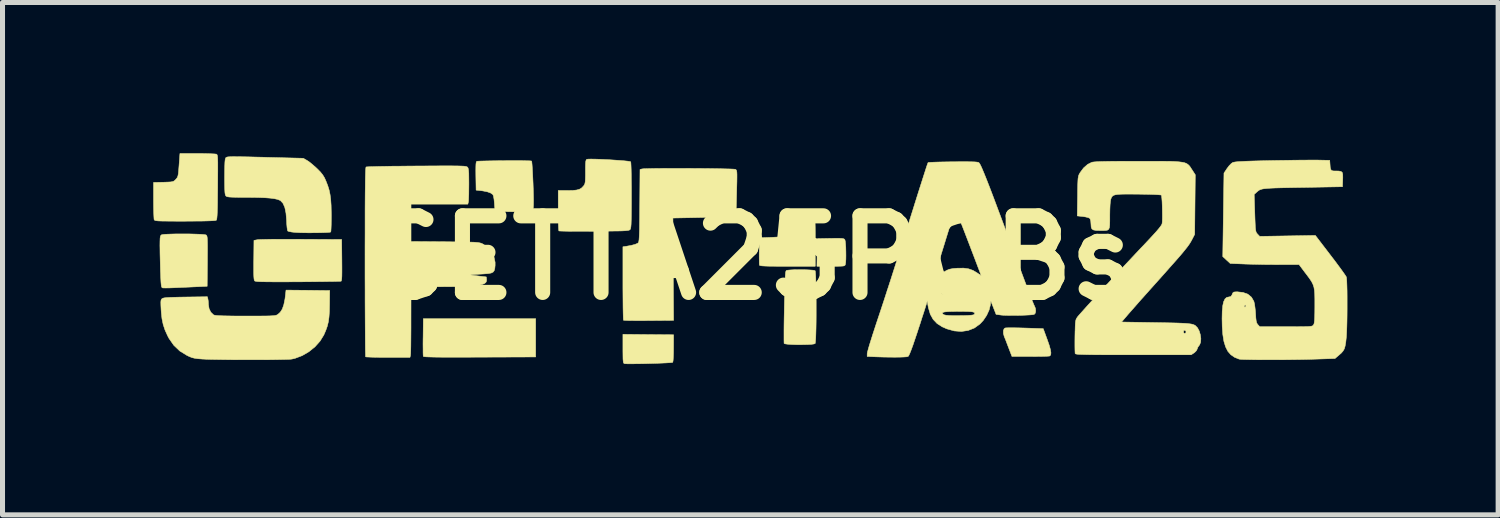
<source format=kicad_pcb>
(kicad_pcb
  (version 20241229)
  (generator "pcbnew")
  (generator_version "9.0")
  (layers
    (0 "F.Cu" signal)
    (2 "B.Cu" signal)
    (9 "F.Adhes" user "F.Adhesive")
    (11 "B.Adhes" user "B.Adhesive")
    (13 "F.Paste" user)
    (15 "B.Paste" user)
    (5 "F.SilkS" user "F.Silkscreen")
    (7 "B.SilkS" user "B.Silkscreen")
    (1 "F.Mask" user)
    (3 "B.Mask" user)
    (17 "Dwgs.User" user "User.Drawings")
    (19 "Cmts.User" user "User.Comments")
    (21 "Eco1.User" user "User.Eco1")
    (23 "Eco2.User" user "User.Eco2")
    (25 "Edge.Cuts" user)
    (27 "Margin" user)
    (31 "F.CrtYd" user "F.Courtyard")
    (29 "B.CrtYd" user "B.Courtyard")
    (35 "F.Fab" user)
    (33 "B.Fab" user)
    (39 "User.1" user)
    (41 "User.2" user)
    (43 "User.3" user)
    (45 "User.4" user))
  (footprint "GETTA25PCBs"
    (layer "F.Cu")
    (at 11.884 2.079)
    (property "Reference" "GETTA25PCBs" (at 0 0 0) (layer "F.SilkS") (effects (font (size 1.524 1.524) (thickness 0.3))))
    (attr through_hole)
    (fp_poly (pts (xy -4.276 1.973) (xy -5.39 1.977) (xy -5.619 1.978) (xy -5.816 1.978) (xy -5.984 1.978) (xy -6.124 1.978) (xy -6.239 1.977) (xy -6.33 1.975) (xy -6.401 1.973) (xy -6.452 1.971) (xy -6.486 1.968) (xy -6.505 1.964) (xy -6.512 1.96) (xy -6.514 1.937) (xy -6.516 1.886) (xy -6.516 1.811) (xy -6.517 1.718) (xy -6.516 1.613) (xy -6.515 1.574) (xy -6.511 1.211) (xy -4.276 1.211) (xy -4.276 1.973)) (stroke (width 0.01) (type solid)) (fill yes) (layer "F.SilkS"))
    (fp_poly (pts (xy 1.765 -0.387) (xy 1.815 -0.385) (xy 1.846 -0.38) (xy 1.865 -0.372) (xy 1.875 -0.361) (xy 1.883 -0.334) (xy 1.889 -0.281) (xy 1.894 -0.21) (xy 1.896 -0.13) (xy 1.897 -0.047) (xy 1.896 0.029) (xy 1.892 0.092) (xy 1.886 0.131) (xy 1.881 0.145) (xy 1.872 0.155) (xy 1.854 0.162) (xy 1.821 0.166) (xy 1.769 0.168) (xy 1.693 0.169) (xy 1.598 0.169) (xy 1.32 0.169) (xy 1.325 -0.106) (xy 1.329 -0.381) (xy 1.592 -0.386) (xy 1.693 -0.387) (xy 1.765 -0.387)) (stroke (width 0.01) (type solid)) (fill yes) (layer "F.SilkS"))
    (fp_poly (pts (xy -2.036 1.528) (xy -1.532 1.532) (xy -1.533 1.799) (xy -1.534 1.896) (xy -1.537 1.978) (xy -1.541 2.039) (xy -1.547 2.074) (xy -1.55 2.08) (xy -1.57 2.084) (xy -1.619 2.088) (xy -1.691 2.092) (xy -1.78 2.096) (xy -1.883 2.1) (xy -1.992 2.103) (xy -2.104 2.106) (xy -2.212 2.108) (xy -2.311 2.109) (xy -2.396 2.11) (xy -2.461 2.109) (xy -2.502 2.107) (xy -2.51 2.105) (xy -2.521 2.1) (xy -2.529 2.086) (xy -2.534 2.059) (xy -2.538 2.015) (xy -2.539 1.948) (xy -2.54 1.855) (xy -2.54 1.81) (xy -2.54 1.523) (xy -2.036 1.528)) (stroke (width 0.01) (type solid)) (fill yes) (layer "F.SilkS"))
    (fp_poly (pts (xy 5.223 1.393) (xy 5.318 1.394) (xy 5.425 1.397) (xy 5.461 1.398) (xy 5.823 1.41) (xy 5.9 1.621) (xy 5.941 1.738) (xy 5.966 1.827) (xy 5.976 1.891) (xy 5.971 1.932) (xy 5.953 1.953) (xy 5.951 1.954) (xy 5.926 1.957) (xy 5.874 1.96) (xy 5.798 1.962) (xy 5.704 1.963) (xy 5.598 1.964) (xy 5.562 1.964) (xy 5.201 1.964) (xy 5.131 1.782) (xy 5.102 1.706) (xy 5.076 1.637) (xy 5.055 1.586) (xy 5.045 1.561) (xy 5.03 1.503) (xy 5.03 1.449) (xy 5.046 1.41) (xy 5.064 1.397) (xy 5.091 1.394) (xy 5.146 1.393) (xy 5.223 1.393)) (stroke (width 0.01) (type solid)) (fill yes) (layer "F.SilkS"))
    (fp_poly (pts (xy -9.099 -0.369) (xy -8.943 -0.368) (xy -8.136 -0.364) (xy -8.132 0.047) (xy -8.131 0.182) (xy -8.131 0.286) (xy -8.132 0.363) (xy -8.135 0.416) (xy -8.14 0.449) (xy -8.146 0.464) (xy -8.149 0.466) (xy -8.17 0.467) (xy -8.221 0.469) (xy -8.299 0.471) (xy -8.402 0.472) (xy -8.524 0.474) (xy -8.664 0.475) (xy -8.818 0.477) (xy -8.983 0.478) (xy -9.007 0.478) (xy -9.203 0.479) (xy -9.368 0.479) (xy -9.504 0.479) (xy -9.614 0.478) (xy -9.701 0.477) (xy -9.766 0.475) (xy -9.813 0.472) (xy -9.844 0.468) (xy -9.862 0.463) (xy -9.867 0.46) (xy -9.875 0.445) (xy -9.88 0.417) (xy -9.884 0.37) (xy -9.886 0.302) (xy -9.886 0.208) (xy -9.886 0.085) (xy -9.885 0.046) (xy -9.881 -0.346) (xy -9.815 -0.359) (xy -9.785 -0.362) (xy -9.725 -0.364) (xy -9.638 -0.366) (xy -9.529 -0.368) (xy -9.4 -0.369) (xy -9.255 -0.369) (xy -9.099 -0.369)) (stroke (width 0.01) (type solid)) (fill yes) (layer "F.SilkS"))
    (fp_poly (pts (xy 1.152 -0.879) (xy 1.201 -0.876) (xy 1.232 -0.871) (xy 1.251 -0.862) (xy 1.259 -0.855) (xy 1.267 -0.844) (xy 1.274 -0.825) (xy 1.278 -0.796) (xy 1.282 -0.752) (xy 1.284 -0.69) (xy 1.286 -0.606) (xy 1.287 -0.496) (xy 1.287 -0.357) (xy 1.287 -0.329) (xy 1.287 0.169) (xy 0.736 0.169) (xy 0.578 0.169) (xy 0.452 0.168) (xy 0.353 0.167) (xy 0.279 0.164) (xy 0.228 0.161) (xy 0.196 0.156) (xy 0.18 0.151) (xy 0.177 0.147) (xy 0.174 0.124) (xy 0.173 0.072) (xy 0.172 0.000084) (xy 0.172 -0.087) (xy 0.173 -0.136) (xy 0.178 -0.398) (xy 0.41 -0.406) (xy 0.523 -0.412) (xy 0.604 -0.42) (xy 0.651 -0.43) (xy 0.663 -0.436) (xy 0.674 -0.464) (xy 0.684 -0.52) (xy 0.692 -0.602) (xy 0.695 -0.652) (xy 0.7 -0.73) (xy 0.706 -0.796) (xy 0.713 -0.841) (xy 0.718 -0.859) (xy 0.739 -0.864) (xy 0.787 -0.869) (xy 0.856 -0.873) (xy 0.941 -0.876) (xy 0.981 -0.877) (xy 1.081 -0.879) (xy 1.152 -0.879)) (stroke (width 0.01) (type solid)) (fill yes) (layer "F.SilkS"))
    (fp_poly (pts (xy -11.251 -0.475) (xy -11.143 -0.474) (xy -11.044 -0.471) (xy -10.957 -0.468) (xy -10.888 -0.463) (xy -10.844 -0.457) (xy -10.832 -0.453) (xy -10.824 -0.444) (xy -10.817 -0.43) (xy -10.812 -0.406) (xy -10.809 -0.368) (xy -10.807 -0.313) (xy -10.806 -0.237) (xy -10.806 -0.137) (xy -10.807 -0.008) (xy -10.807 0.068) (xy -10.812 0.567) (xy -11.057 0.578) (xy -11.166 0.583) (xy -11.283 0.588) (xy -11.395 0.593) (xy -11.486 0.597) (xy -11.489 0.597) (xy -11.568 0.6) (xy -11.635 0.601) (xy -11.683 0.6) (xy -11.703 0.598) (xy -11.712 0.591) (xy -11.72 0.574) (xy -11.726 0.541) (xy -11.731 0.488) (xy -11.735 0.412) (xy -11.739 0.307) (xy -11.741 0.274) (xy -11.744 0.156) (xy -11.747 0.033) (xy -11.75 -0.085) (xy -11.751 -0.187) (xy -11.752 -0.241) (xy -11.751 -0.326) (xy -11.749 -0.384) (xy -11.744 -0.421) (xy -11.736 -0.442) (xy -11.724 -0.454) (xy -11.719 -0.457) (xy -11.69 -0.463) (xy -11.634 -0.468) (xy -11.557 -0.471) (xy -11.463 -0.474) (xy -11.359 -0.475) (xy -11.251 -0.475)) (stroke (width 0.01) (type solid)) (fill yes) (layer "F.SilkS"))
    (fp_poly (pts (xy 1.035 0.237) (xy 1.119 0.239) (xy 1.193 0.243) (xy 1.249 0.248) (xy 1.28 0.255) (xy 1.284 0.257) (xy 1.289 0.279) (xy 1.293 0.331) (xy 1.297 0.407) (xy 1.3 0.504) (xy 1.303 0.618) (xy 1.304 0.744) (xy 1.305 0.877) (xy 1.305 1.014) (xy 1.305 1.15) (xy 1.304 1.28) (xy 1.302 1.401) (xy 1.299 1.507) (xy 1.296 1.596) (xy 1.291 1.661) (xy 1.286 1.699) (xy 1.284 1.707) (xy 1.259 1.715) (xy 1.208 1.722) (xy 1.138 1.726) (xy 1.056 1.728) (xy 0.967 1.729) (xy 0.879 1.728) (xy 0.798 1.724) (xy 0.732 1.719) (xy 0.686 1.712) (xy 0.667 1.704) (xy 0.666 1.682) (xy 0.665 1.631) (xy 0.665 1.552) (xy 0.665 1.451) (xy 0.666 1.331) (xy 0.668 1.195) (xy 0.671 1.048) (xy 0.672 0.975) (xy 0.676 0.798) (xy 0.679 0.652) (xy 0.683 0.535) (xy 0.686 0.442) (xy 0.69 0.372) (xy 0.694 0.321) (xy 0.698 0.286) (xy 0.704 0.265) (xy 0.71 0.255) (xy 0.711 0.253) (xy 0.739 0.247) (xy 0.793 0.242) (xy 0.864 0.238) (xy 0.948 0.237) (xy 1.035 0.237)) (stroke (width 0.01) (type solid)) (fill yes) (layer "F.SilkS"))
    (fp_poly (pts (xy -4.637 -1.932) (xy -4.539 -1.932) (xy -4.457 -1.93) (xy -4.397 -1.929) (xy -4.363 -1.926) (xy -4.358 -1.925) (xy -4.353 -1.905) (xy -4.348 -1.856) (xy -4.343 -1.784) (xy -4.338 -1.695) (xy -4.333 -1.592) (xy -4.328 -1.482) (xy -4.324 -1.37) (xy -4.321 -1.261) (xy -4.319 -1.16) (xy -4.319 -1.132) (xy -4.32 -1.049) (xy -4.324 -0.994) (xy -4.333 -0.959) (xy -4.345 -0.941) (xy -4.359 -0.931) (xy -4.383 -0.925) (xy -4.421 -0.92) (xy -4.479 -0.917) (xy -4.56 -0.916) (xy -4.67 -0.916) (xy -4.688 -0.916) (xy -4.79 -0.917) (xy -4.884 -0.919) (xy -4.962 -0.922) (xy -5.018 -0.926) (xy -5.046 -0.929) (xy -5.067 -0.937) (xy -5.08 -0.952) (xy -5.088 -0.98) (xy -5.093 -1.029) (xy -5.097 -1.086) (xy -5.104 -1.161) (xy -5.114 -1.22) (xy -5.126 -1.255) (xy -5.128 -1.258) (xy -5.17 -1.288) (xy -5.239 -1.313) (xy -5.329 -1.331) (xy -5.368 -1.336) (xy -5.461 -1.346) (xy -5.466 -1.628) (xy -5.467 -1.735) (xy -5.466 -1.813) (xy -5.464 -1.866) (xy -5.459 -1.898) (xy -5.452 -1.915) (xy -5.447 -1.919) (xy -5.423 -1.922) (xy -5.371 -1.924) (xy -5.296 -1.926) (xy -5.203 -1.928) (xy -5.096 -1.93) (xy -4.981 -1.931) (xy -4.863 -1.932) (xy -4.747 -1.932) (xy -4.637 -1.932)) (stroke (width 0.01) (type solid)) (fill yes) (layer "F.SilkS"))
    (fp_poly (pts (xy -10.9 -2.074) (xy -10.803 -2.072) (xy -10.723 -2.069) (xy -10.663 -2.066) (xy -10.631 -2.062) (xy -10.628 -2.062) (xy -10.621 -2.057) (xy -10.614 -2.048) (xy -10.609 -2.031) (xy -10.605 -2.003) (xy -10.603 -1.961) (xy -10.601 -1.902) (xy -10.601 -1.822) (xy -10.601 -1.718) (xy -10.602 -1.588) (xy -10.603 -1.427) (xy -10.603 -1.405) (xy -10.605 -1.237) (xy -10.606 -1.1) (xy -10.608 -0.991) (xy -10.611 -0.907) (xy -10.614 -0.843) (xy -10.618 -0.799) (xy -10.622 -0.769) (xy -10.628 -0.752) (xy -10.634 -0.745) (xy -10.657 -0.741) (xy -10.711 -0.737) (xy -10.791 -0.734) (xy -10.896 -0.731) (xy -11.021 -0.73) (xy -11.163 -0.729) (xy -11.257 -0.728) (xy -11.416 -0.728) (xy -11.544 -0.729) (xy -11.644 -0.73) (xy -11.721 -0.731) (xy -11.778 -0.733) (xy -11.817 -0.737) (xy -11.842 -0.741) (xy -11.857 -0.747) (xy -11.864 -0.754) (xy -11.867 -0.758) (xy -11.87 -0.783) (xy -11.873 -0.837) (xy -11.876 -0.913) (xy -11.878 -1.007) (xy -11.879 -1.113) (xy -11.879 -1.143) (xy -11.879 -1.499) (xy -11.682 -1.503) (xy -11.598 -1.506) (xy -11.54 -1.509) (xy -11.502 -1.515) (xy -11.476 -1.525) (xy -11.455 -1.541) (xy -11.437 -1.559) (xy -11.417 -1.582) (xy -11.403 -1.604) (xy -11.393 -1.634) (xy -11.385 -1.677) (xy -11.379 -1.74) (xy -11.372 -1.829) (xy -11.371 -1.842) (xy -11.354 -2.074) (xy -11.007 -2.074) (xy -10.9 -2.074)) (stroke (width 0.01) (type solid)) (fill yes) (layer "F.SilkS"))
    (fp_poly (pts (xy -3.098 -1.963) (xy -3.007 -1.96) (xy -2.905 -1.955) (xy -2.799 -1.95) (xy -2.695 -1.943) (xy -2.597 -1.936) (xy -2.511 -1.929) (xy -2.444 -1.922) (xy -2.4 -1.915) (xy -2.385 -1.909) (xy -2.382 -1.888) (xy -2.379 -1.837) (xy -2.376 -1.76) (xy -2.374 -1.66) (xy -2.373 -1.541) (xy -2.371 -1.408) (xy -2.371 -1.265) (xy -2.371 -1.244) (xy -2.371 -1.073) (xy -2.372 -0.934) (xy -2.373 -0.822) (xy -2.375 -0.735) (xy -2.377 -0.67) (xy -2.381 -0.623) (xy -2.386 -0.591) (xy -2.391 -0.572) (xy -2.395 -0.566) (xy -2.402 -0.558) (xy -2.413 -0.551) (xy -2.43 -0.546) (xy -2.458 -0.542) (xy -2.499 -0.538) (xy -2.555 -0.535) (xy -2.632 -0.533) (xy -2.73 -0.532) (xy -2.855 -0.53) (xy -3.008 -0.529) (xy -3.11 -0.528) (xy -3.26 -0.527) (xy -3.4 -0.527) (xy -3.525 -0.527) (xy -3.632 -0.528) (xy -3.718 -0.53) (xy -3.779 -0.532) (xy -3.811 -0.534) (xy -3.814 -0.535) (xy -3.818 -0.555) (xy -3.821 -0.604) (xy -3.824 -0.676) (xy -3.826 -0.768) (xy -3.827 -0.875) (xy -3.827 -0.943) (xy -3.827 -1.338) (xy -3.64 -1.338) (xy -3.537 -1.34) (xy -3.462 -1.348) (xy -3.406 -1.363) (xy -3.363 -1.388) (xy -3.327 -1.425) (xy -3.32 -1.433) (xy -3.306 -1.454) (xy -3.296 -1.479) (xy -3.29 -1.514) (xy -3.287 -1.565) (xy -3.285 -1.639) (xy -3.285 -1.713) (xy -3.285 -1.808) (xy -3.283 -1.875) (xy -3.279 -1.919) (xy -3.272 -1.944) (xy -3.263 -1.956) (xy -3.258 -1.959) (xy -3.229 -1.963) (xy -3.175 -1.964) (xy -3.098 -1.963)) (stroke (width 0.01) (type solid)) (fill yes) (layer "F.SilkS"))
    (fp_poly (pts (xy -1.329 -1.779) (xy -1.174 -1.778) (xy -1.02 -1.777) (xy -0.871 -1.776) (xy -0.732 -1.774) (xy -0.606 -1.772) (xy -0.496 -1.769) (xy -0.407 -1.767) (xy -0.343 -1.764) (xy -0.307 -1.761) (xy -0.301 -1.759) (xy -0.291 -1.753) (xy -0.283 -1.743) (xy -0.277 -1.727) (xy -0.273 -1.7) (xy -0.271 -1.659) (xy -0.271 -1.599) (xy -0.272 -1.516) (xy -0.275 -1.408) (xy -0.278 -1.281) (xy -0.281 -1.16) (xy -0.284 -1.051) (xy -0.287 -0.958) (xy -0.29 -0.885) (xy -0.292 -0.837) (xy -0.293 -0.819) (xy -0.293 -0.819) (xy -0.31 -0.818) (xy -0.357 -0.816) (xy -0.431 -0.814) (xy -0.527 -0.812) (xy -0.642 -0.809) (xy -0.772 -0.806) (xy -0.913 -0.803) (xy -0.921 -0.803) (xy -1.545 -0.791) (xy -1.539 0.227) (xy -1.532 1.245) (xy -2.025 1.249) (xy -2.151 1.25) (xy -2.265 1.25) (xy -2.365 1.249) (xy -2.444 1.248) (xy -2.5 1.245) (xy -2.527 1.243) (xy -2.528 1.242) (xy -2.531 1.223) (xy -2.533 1.174) (xy -2.535 1.098) (xy -2.537 0.999) (xy -2.538 0.88) (xy -2.539 0.745) (xy -2.54 0.597) (xy -2.54 0.506) (xy -2.54 -0.219) (xy -2.477 -0.228) (xy -2.377 -0.246) (xy -2.3 -0.266) (xy -2.248 -0.288) (xy -2.235 -0.298) (xy -2.229 -0.308) (xy -2.224 -0.327) (xy -2.219 -0.359) (xy -2.216 -0.405) (xy -2.213 -0.469) (xy -2.21 -0.553) (xy -2.209 -0.662) (xy -2.207 -0.797) (xy -2.206 -0.962) (xy -2.205 -1.04) (xy -2.2 -1.757) (xy -2.163 -1.767) (xy -2.134 -1.771) (xy -2.076 -1.773) (xy -1.993 -1.775) (xy -1.888 -1.777) (xy -1.765 -1.778) (xy -1.629 -1.779) (xy -1.482 -1.779) (xy -1.329 -1.779)) (stroke (width 0.01) (type solid)) (fill yes) (layer "F.SilkS"))
    (fp_poly (pts (xy -10.212 -2.011) (xy -10.115 -2.01) (xy -9.995 -2.008) (xy -9.846 -2.004) (xy -9.666 -2) (xy -9.66 -1.999) (xy -8.9 -1.98) (xy -8.823 -1.936) (xy -8.776 -1.904) (xy -8.716 -1.855) (xy -8.652 -1.799) (xy -8.624 -1.773) (xy -8.559 -1.707) (xy -8.514 -1.651) (xy -8.479 -1.594) (xy -8.449 -1.528) (xy -8.413 -1.436) (xy -8.386 -1.349) (xy -8.367 -1.259) (xy -8.354 -1.16) (xy -8.346 -1.044) (xy -8.343 -0.905) (xy -8.342 -0.843) (xy -8.343 -0.743) (xy -8.344 -0.654) (xy -8.347 -0.582) (xy -8.35 -0.533) (xy -8.354 -0.513) (xy -8.354 -0.513) (xy -8.375 -0.508) (xy -8.424 -0.504) (xy -8.495 -0.501) (xy -8.581 -0.499) (xy -8.677 -0.498) (xy -8.777 -0.497) (xy -8.875 -0.498) (xy -8.964 -0.5) (xy -9.038 -0.504) (xy -9.071 -0.506) (xy -9.133 -0.513) (xy -9.183 -0.523) (xy -9.209 -0.533) (xy -9.209 -0.533) (xy -9.216 -0.556) (xy -9.223 -0.605) (xy -9.229 -0.674) (xy -9.232 -0.745) (xy -9.244 -0.889) (xy -9.267 -1.001) (xy -9.303 -1.083) (xy -9.351 -1.135) (xy -9.364 -1.143) (xy -9.411 -1.162) (xy -9.475 -1.176) (xy -9.559 -1.187) (xy -9.666 -1.195) (xy -9.8 -1.2) (xy -9.963 -1.202) (xy -10.019 -1.202) (xy -10.147 -1.202) (xy -10.246 -1.204) (xy -10.319 -1.206) (xy -10.37 -1.209) (xy -10.405 -1.214) (xy -10.426 -1.221) (xy -10.438 -1.229) (xy -10.447 -1.243) (xy -10.454 -1.266) (xy -10.459 -1.303) (xy -10.462 -1.359) (xy -10.464 -1.437) (xy -10.465 -1.543) (xy -10.465 -1.607) (xy -10.464 -1.735) (xy -10.462 -1.833) (xy -10.459 -1.905) (xy -10.454 -1.953) (xy -10.446 -1.981) (xy -10.443 -1.988) (xy -10.436 -1.995) (xy -10.425 -2.001) (xy -10.408 -2.006) (xy -10.381 -2.009) (xy -10.341 -2.011) (xy -10.286 -2.012) (xy -10.212 -2.011)) (stroke (width 0.01) (type solid)) (fill yes) (layer "F.SilkS"))
    (fp_poly (pts (xy -8.808 0.647) (xy -8.374 0.652) (xy -8.377 0.927) (xy -8.38 1.066) (xy -8.388 1.179) (xy -8.401 1.275) (xy -8.422 1.361) (xy -8.452 1.445) (xy -8.491 1.536) (xy -8.493 1.539) (xy -8.567 1.659) (xy -8.667 1.771) (xy -8.788 1.869) (xy -8.922 1.947) (xy -9.062 2) (xy -9.125 2.015) (xy -9.162 2.019) (xy -9.228 2.022) (xy -9.32 2.024) (xy -9.433 2.026) (xy -9.564 2.028) (xy -9.707 2.029) (xy -9.86 2.029) (xy -10.017 2.029) (xy -10.175 2.029) (xy -10.329 2.028) (xy -10.476 2.026) (xy -10.611 2.024) (xy -10.73 2.022) (xy -10.828 2.019) (xy -10.902 2.015) (xy -10.91 2.015) (xy -10.997 2.008) (xy -11.061 1.999) (xy -11.114 1.986) (xy -11.167 1.965) (xy -11.217 1.941) (xy -11.358 1.854) (xy -11.476 1.741) (xy -11.572 1.603) (xy -11.599 1.552) (xy -11.651 1.437) (xy -11.687 1.328) (xy -11.711 1.214) (xy -11.725 1.084) (xy -11.729 1.024) (xy -11.733 0.941) (xy -11.734 0.885) (xy -11.731 0.85) (xy -11.723 0.828) (xy -11.71 0.813) (xy -11.709 0.813) (xy -11.694 0.805) (xy -11.667 0.798) (xy -11.624 0.793) (xy -11.563 0.789) (xy -11.478 0.786) (xy -11.367 0.783) (xy -11.244 0.781) (xy -10.808 0.775) (xy -10.798 0.815) (xy -10.791 0.857) (xy -10.787 0.914) (xy -10.787 0.931) (xy -10.774 1.012) (xy -10.74 1.082) (xy -10.689 1.132) (xy -10.682 1.137) (xy -10.662 1.143) (xy -10.625 1.148) (xy -10.569 1.152) (xy -10.49 1.155) (xy -10.386 1.157) (xy -10.255 1.159) (xy -10.093 1.159) (xy -10.049 1.159) (xy -9.891 1.159) (xy -9.762 1.159) (xy -9.661 1.158) (xy -9.582 1.157) (xy -9.523 1.154) (xy -9.481 1.151) (xy -9.451 1.146) (xy -9.43 1.14) (xy -9.414 1.132) (xy -9.409 1.129) (xy -9.358 1.084) (xy -9.317 1.02) (xy -9.287 0.934) (xy -9.264 0.821) (xy -9.254 0.741) (xy -9.243 0.643) (xy -8.808 0.647)) (stroke (width 0.01) (type solid)) (fill yes) (layer "F.SilkS"))
    (fp_poly (pts (xy -5.989 -1.829) (xy -5.89 -1.828) (xy -5.812 -1.827) (xy -5.752 -1.825) (xy -5.708 -1.823) (xy -5.676 -1.819) (xy -5.655 -1.815) (xy -5.642 -1.81) (xy -5.634 -1.804) (xy -5.633 -1.804) (xy -5.623 -1.79) (xy -5.616 -1.768) (xy -5.611 -1.733) (xy -5.607 -1.68) (xy -5.606 -1.604) (xy -5.605 -1.501) (xy -5.605 -1.459) (xy -5.606 -1.357) (xy -5.607 -1.264) (xy -5.61 -1.187) (xy -5.612 -1.132) (xy -5.616 -1.105) (xy -5.626 -1.067) (xy -6.756 -1.067) (xy -6.756 -0.324) (xy -6.083 -0.319) (xy -5.914 -0.317) (xy -5.775 -0.316) (xy -5.663 -0.314) (xy -5.574 -0.312) (xy -5.506 -0.31) (xy -5.454 -0.306) (xy -5.415 -0.302) (xy -5.385 -0.296) (xy -5.362 -0.29) (xy -5.341 -0.281) (xy -5.334 -0.278) (xy -5.236 -0.214) (xy -5.159 -0.128) (xy -5.107 -0.025) (xy -5.083 0.09) (xy -5.083 0.152) (xy -5.089 0.212) (xy -5.101 0.255) (xy -5.123 0.284) (xy -5.161 0.303) (xy -5.22 0.314) (xy -5.306 0.321) (xy -5.356 0.324) (xy -5.436 0.328) (xy -5.503 0.333) (xy -5.55 0.336) (xy -5.571 0.339) (xy -5.571 0.339) (xy -5.559 0.343) (xy -5.521 0.349) (xy -5.462 0.357) (xy -5.419 0.362) (xy -5.258 0.381) (xy -5.253 0.432) (xy -5.254 0.463) (xy -5.267 0.49) (xy -5.294 0.512) (xy -5.336 0.53) (xy -5.397 0.545) (xy -5.479 0.556) (xy -5.583 0.564) (xy -5.713 0.57) (xy -5.871 0.574) (xy -6.058 0.575) (xy -6.193 0.576) (xy -6.756 0.576) (xy -6.757 1.24) (xy -6.757 1.389) (xy -6.758 1.527) (xy -6.759 1.652) (xy -6.76 1.76) (xy -6.762 1.847) (xy -6.764 1.908) (xy -6.767 1.94) (xy -6.767 1.943) (xy -6.777 1.981) (xy -7.213 1.981) (xy -7.331 1.981) (xy -7.438 1.98) (xy -7.529 1.978) (xy -7.599 1.975) (xy -7.644 1.973) (xy -7.66 1.97) (xy -7.661 1.952) (xy -7.662 1.902) (xy -7.664 1.823) (xy -7.665 1.716) (xy -7.666 1.584) (xy -7.667 1.429) (xy -7.668 1.254) (xy -7.669 1.059) (xy -7.67 0.848) (xy -7.67 0.623) (xy -7.671 0.386) (xy -7.671 0.139) (xy -7.671 0.083) (xy -7.671 -0.072) (xy -5.582 -0.072) (xy -5.577 -0.036) (xy -5.57 -0.025) (xy -5.547 -0.004) (xy -5.537 0) (xy -5.517 -0.011) (xy -5.504 -0.025) (xy -5.492 -0.059) (xy -5.5 -0.095) (xy -5.526 -0.117) (xy -5.537 -0.119) (xy -5.567 -0.105) (xy -5.582 -0.072) (xy -7.671 -0.072) (xy -7.671 -0.221) (xy -7.67 -0.493) (xy -7.67 -0.734) (xy -7.67 -0.945) (xy -7.669 -1.13) (xy -7.668 -1.288) (xy -7.666 -1.422) (xy -7.665 -1.533) (xy -7.663 -1.622) (xy -7.661 -1.692) (xy -7.659 -1.744) (xy -7.656 -1.779) (xy -7.653 -1.8) (xy -7.65 -1.807) (xy -7.629 -1.809) (xy -7.578 -1.812) (xy -7.499 -1.814) (xy -7.396 -1.817) (xy -7.27 -1.819) (xy -7.127 -1.822) (xy -6.967 -1.823) (xy -6.795 -1.825) (xy -6.645 -1.826) (xy -6.437 -1.827) (xy -6.26 -1.828) (xy -6.111 -1.829) (xy -5.989 -1.829)) (stroke (width 0.01) (type solid)) (fill yes) (layer "F.SilkS"))
    (fp_poly (pts (xy 11.276 -1.944) (xy 11.289 -1.944) (xy 11.523 -1.939) (xy 11.528 -1.871) (xy 11.533 -1.801) (xy 11.543 -1.759) (xy 11.56 -1.737) (xy 11.59 -1.728) (xy 11.629 -1.727) (xy 11.702 -1.726) (xy 11.747 -1.718) (xy 11.772 -1.698) (xy 11.782 -1.659) (xy 11.783 -1.596) (xy 11.782 -1.56) (xy 11.777 -1.414) (xy 11.049 -1.401) (xy 10.853 -1.398) (xy 10.688 -1.395) (xy 10.551 -1.392) (xy 10.439 -1.389) (xy 10.348 -1.385) (xy 10.278 -1.38) (xy 10.223 -1.375) (xy 10.181 -1.368) (xy 10.15 -1.359) (xy 10.126 -1.349) (xy 10.107 -1.337) (xy 10.089 -1.323) (xy 10.081 -1.316) (xy 10.02 -1.262) (xy 10.032 -0.889) (xy 10.036 -0.768) (xy 10.04 -0.675) (xy 10.043 -0.608) (xy 10.048 -0.559) (xy 10.054 -0.527) (xy 10.062 -0.504) (xy 10.073 -0.487) (xy 10.086 -0.472) (xy 10.087 -0.471) (xy 10.13 -0.426) (xy 11.237 -0.445) (xy 11.537 -0.053) (xy 11.615 0.049) (xy 11.686 0.144) (xy 11.748 0.228) (xy 11.798 0.298) (xy 11.834 0.35) (xy 11.852 0.379) (xy 11.854 0.382) (xy 11.858 0.412) (xy 11.862 0.47) (xy 11.865 0.553) (xy 11.868 0.655) (xy 11.869 0.77) (xy 11.869 0.895) (xy 11.869 1.024) (xy 11.868 1.153) (xy 11.866 1.275) (xy 11.863 1.387) (xy 11.859 1.484) (xy 11.855 1.56) (xy 11.853 1.583) (xy 11.842 1.683) (xy 11.829 1.757) (xy 11.813 1.812) (xy 11.788 1.855) (xy 11.754 1.895) (xy 11.715 1.929) (xy 11.628 2.004) (xy 11.229 2.017) (xy 11.098 2.021) (xy 10.955 2.024) (xy 10.804 2.026) (xy 10.648 2.028) (xy 10.492 2.029) (xy 10.34 2.029) (xy 10.196 2.029) (xy 10.064 2.028) (xy 9.947 2.026) (xy 9.85 2.024) (xy 9.777 2.022) (xy 9.731 2.018) (xy 9.72 2.016) (xy 9.63 1.98) (xy 9.556 1.929) (xy 9.497 1.862) (xy 9.452 1.774) (xy 9.418 1.664) (xy 9.396 1.528) (xy 9.384 1.364) (xy 9.381 1.209) (xy 9.384 1.067) (xy 9.394 0.966) (xy 9.821 0.966) (xy 9.834 0.982) (xy 9.838 0.982) (xy 9.853 0.968) (xy 9.855 0.956) (xy 9.847 0.938) (xy 9.838 0.94) (xy 9.822 0.961) (xy 9.821 0.966) (xy 9.394 0.966) (xy 9.394 0.957) (xy 9.412 0.875) (xy 9.439 0.819) (xy 9.474 0.788) (xy 9.518 0.779) (xy 9.555 0.771) (xy 9.577 0.741) (xy 9.582 0.728) (xy 9.596 0.697) (xy 9.616 0.682) (xy 9.654 0.678) (xy 9.681 0.677) (xy 9.799 0.69) (xy 9.895 0.725) (xy 9.966 0.784) (xy 10.013 0.865) (xy 10.014 0.868) (xy 10.026 0.916) (xy 10.036 0.987) (xy 10.045 1.068) (xy 10.048 1.116) (xy 10.053 1.198) (xy 10.06 1.255) (xy 10.069 1.292) (xy 10.083 1.318) (xy 10.095 1.332) (xy 10.132 1.372) (xy 10.653 1.372) (xy 10.799 1.372) (xy 10.916 1.371) (xy 11.005 1.37) (xy 11.072 1.369) (xy 11.12 1.366) (xy 11.153 1.362) (xy 11.174 1.357) (xy 11.187 1.35) (xy 11.196 1.34) (xy 11.2 1.334) (xy 11.21 1.316) (xy 11.216 1.287) (xy 11.221 1.244) (xy 11.224 1.182) (xy 11.226 1.097) (xy 11.227 0.983) (xy 11.227 0.947) (xy 11.227 0.822) (xy 11.225 0.724) (xy 11.219 0.646) (xy 11.208 0.583) (xy 11.189 0.527) (xy 11.161 0.472) (xy 11.121 0.412) (xy 11.067 0.339) (xy 11.027 0.287) (xy 10.914 0.136) (xy 10.514 0.136) (xy 10.379 0.135) (xy 10.234 0.134) (xy 10.089 0.131) (xy 9.957 0.128) (xy 9.846 0.125) (xy 9.829 0.124) (xy 9.544 0.113) (xy 9.395 -0.024) (xy 9.407 -0.854) (xy 9.419 -1.685) (xy 9.481 -1.778) (xy 9.521 -1.831) (xy 9.563 -1.874) (xy 9.592 -1.895) (xy 9.613 -1.901) (xy 9.647 -1.907) (xy 9.698 -1.912) (xy 9.769 -1.916) (xy 9.861 -1.921) (xy 9.979 -1.925) (xy 10.124 -1.929) (xy 10.3 -1.933) (xy 10.349 -1.934) (xy 10.511 -1.937) (xy 10.672 -1.939) (xy 10.827 -1.942) (xy 10.97 -1.943) (xy 11.096 -1.944) (xy 11.2 -1.944) (xy 11.276 -1.944)) (stroke (width 0.01) (type solid)) (fill yes) (layer "F.SilkS"))
    (fp_poly (pts (xy 8.077 -1.921) (xy 8.224 -1.92) (xy 8.346 -1.919) (xy 8.445 -1.915) (xy 8.524 -1.909) (xy 8.587 -1.901) (xy 8.635 -1.891) (xy 8.673 -1.876) (xy 8.701 -1.858) (xy 8.725 -1.836) (xy 8.746 -1.81) (xy 8.766 -1.778) (xy 8.78 -1.757) (xy 8.848 -1.652) (xy 8.842 -1.059) (xy 8.836 -0.466) (xy 8.779 -0.356) (xy 8.761 -0.323) (xy 8.74 -0.288) (xy 8.714 -0.25) (xy 8.681 -0.205) (xy 8.639 -0.153) (xy 8.587 -0.089) (xy 8.522 -0.013) (xy 8.442 0.078) (xy 8.345 0.187) (xy 8.231 0.316) (xy 8.096 0.467) (xy 8.05 0.518) (xy 7.949 0.631) (xy 7.85 0.742) (xy 7.755 0.848) (xy 7.67 0.945) (xy 7.597 1.028) (xy 7.54 1.093) (xy 7.511 1.126) (xy 7.381 1.278) (xy 8.038 1.289) (xy 8.218 1.292) (xy 8.367 1.295) (xy 8.488 1.298) (xy 8.586 1.302) (xy 8.663 1.306) (xy 8.722 1.312) (xy 8.766 1.318) (xy 8.8 1.326) (xy 8.826 1.336) (xy 8.847 1.347) (xy 8.851 1.35) (xy 8.893 1.394) (xy 8.927 1.458) (xy 8.949 1.533) (xy 8.959 1.61) (xy 8.954 1.68) (xy 8.934 1.733) (xy 8.925 1.743) (xy 8.898 1.782) (xy 8.887 1.814) (xy 8.87 1.848) (xy 8.835 1.884) (xy 8.824 1.892) (xy 8.766 1.93) (xy 7.617 1.93) (xy 7.388 1.93) (xy 7.191 1.93) (xy 7.023 1.93) (xy 6.882 1.929) (xy 6.765 1.928) (xy 6.672 1.926) (xy 6.599 1.924) (xy 6.543 1.922) (xy 6.504 1.919) (xy 6.478 1.915) (xy 6.464 1.911) (xy 6.458 1.906) (xy 6.456 1.882) (xy 6.454 1.83) (xy 6.453 1.756) (xy 6.453 1.665) (xy 6.454 1.563) (xy 6.454 1.561) (xy 6.456 1.468) (xy 8.612 1.468) (xy 8.619 1.495) (xy 8.637 1.507) (xy 8.658 1.495) (xy 8.662 1.489) (xy 8.663 1.463) (xy 8.644 1.445) (xy 8.621 1.446) (xy 8.612 1.468) (xy 6.456 1.468) (xy 6.457 1.449) (xy 6.459 1.366) (xy 6.462 1.305) (xy 6.467 1.263) (xy 6.474 1.232) (xy 6.484 1.209) (xy 6.498 1.187) (xy 6.503 1.179) (xy 6.526 1.151) (xy 6.57 1.101) (xy 6.632 1.032) (xy 6.71 0.945) (xy 6.802 0.844) (xy 6.906 0.73) (xy 7.019 0.608) (xy 7.139 0.478) (xy 7.263 0.344) (xy 7.39 0.207) (xy 7.517 0.072) (xy 7.642 -0.061) (xy 7.761 -0.188) (xy 7.82 -0.249) (xy 7.927 -0.363) (xy 8.013 -0.456) (xy 8.079 -0.529) (xy 8.127 -0.586) (xy 8.16 -0.629) (xy 8.18 -0.66) (xy 8.188 -0.682) (xy 8.192 -0.722) (xy 8.194 -0.784) (xy 8.194 -0.861) (xy 8.193 -0.947) (xy 8.191 -1.033) (xy 8.188 -1.113) (xy 8.183 -1.181) (xy 8.178 -1.228) (xy 8.173 -1.247) (xy 8.153 -1.251) (xy 8.104 -1.255) (xy 8.03 -1.259) (xy 7.936 -1.262) (xy 7.827 -1.264) (xy 7.716 -1.266) (xy 7.571 -1.267) (xy 7.455 -1.267) (xy 7.366 -1.265) (xy 7.299 -1.26) (xy 7.251 -1.252) (xy 7.218 -1.24) (xy 7.196 -1.223) (xy 7.181 -1.201) (xy 7.17 -1.173) (xy 7.168 -1.168) (xy 7.16 -1.126) (xy 7.153 -1.056) (xy 7.149 -0.962) (xy 7.147 -0.851) (xy 7.147 -0.836) (xy 7.147 -0.73) (xy 7.145 -0.653) (xy 7.139 -0.6) (xy 7.125 -0.568) (xy 7.1 -0.55) (xy 7.062 -0.543) (xy 7.007 -0.542) (xy 6.954 -0.542) (xy 6.874 -0.544) (xy 6.821 -0.554) (xy 6.791 -0.575) (xy 6.777 -0.611) (xy 6.773 -0.667) (xy 6.773 -0.668) (xy 6.768 -0.735) (xy 6.754 -0.778) (xy 6.749 -0.784) (xy 6.72 -0.799) (xy 6.669 -0.812) (xy 6.612 -0.821) (xy 6.5 -0.833) (xy 6.506 -1.225) (xy 6.507 -1.35) (xy 6.509 -1.446) (xy 6.512 -1.518) (xy 6.515 -1.571) (xy 6.521 -1.609) (xy 6.528 -1.638) (xy 6.538 -1.662) (xy 6.552 -1.686) (xy 6.557 -1.695) (xy 6.625 -1.787) (xy 6.706 -1.858) (xy 6.785 -1.898) (xy 6.808 -1.904) (xy 6.845 -1.908) (xy 6.9 -1.912) (xy 6.974 -1.915) (xy 7.069 -1.917) (xy 7.189 -1.919) (xy 7.335 -1.92) (xy 7.51 -1.921) (xy 7.696 -1.921) (xy 7.902 -1.921) (xy 8.077 -1.921)) (stroke (width 0.01) (type solid)) (fill yes) (layer "F.SilkS"))
    (fp_poly (pts (xy 4.387 -1.91) (xy 4.455 -1.908) (xy 4.501 -1.904) (xy 4.53 -1.899) (xy 4.542 -1.893) (xy 4.55 -1.884) (xy 4.561 -1.867) (xy 4.575 -1.842) (xy 4.592 -1.806) (xy 4.613 -1.758) (xy 4.639 -1.696) (xy 4.67 -1.62) (xy 4.707 -1.527) (xy 4.75 -1.417) (xy 4.8 -1.287) (xy 4.857 -1.136) (xy 4.922 -0.962) (xy 4.996 -0.765) (xy 5.079 -0.543) (xy 5.172 -0.294) (xy 5.276 -0.017) (xy 5.39 0.291) (xy 5.436 0.415) (xy 5.483 0.54) (xy 5.527 0.657) (xy 5.567 0.761) (xy 5.601 0.847) (xy 5.627 0.912) (xy 5.644 0.951) (xy 5.649 0.96) (xy 5.668 1.007) (xy 5.673 1.059) (xy 5.664 1.103) (xy 5.643 1.126) (xy 5.612 1.132) (xy 5.554 1.137) (xy 5.476 1.141) (xy 5.385 1.145) (xy 5.288 1.147) (xy 5.193 1.147) (xy 5.106 1.146) (xy 5.034 1.144) (xy 4.987 1.14) (xy 4.885 1.126) (xy 4.78 0.859) (xy 4.771 0.938) (xy 4.746 1.039) (xy 4.697 1.146) (xy 4.63 1.246) (xy 4.563 1.318) (xy 4.453 1.397) (xy 4.329 1.446) (xy 4.194 1.466) (xy 4.052 1.455) (xy 3.905 1.414) (xy 3.814 1.374) (xy 3.711 1.308) (xy 3.632 1.225) (xy 3.575 1.122) (xy 3.569 1.099) (xy 3.814 1.099) (xy 3.823 1.116) (xy 3.834 1.126) (xy 3.855 1.136) (xy 3.889 1.143) (xy 3.942 1.148) (xy 4.019 1.151) (xy 4.124 1.151) (xy 4.136 1.151) (xy 4.24 1.15) (xy 4.328 1.147) (xy 4.394 1.142) (xy 4.433 1.136) (xy 4.439 1.133) (xy 4.461 1.115) (xy 4.455 1.094) (xy 4.452 1.091) (xy 4.438 1.082) (xy 4.41 1.075) (xy 4.363 1.071) (xy 4.294 1.068) (xy 4.197 1.067) (xy 4.142 1.067) (xy 4.019 1.068) (xy 3.927 1.071) (xy 3.863 1.077) (xy 3.827 1.087) (xy 3.814 1.099) (xy 3.569 1.099) (xy 3.538 0.995) (xy 3.528 0.94) (xy 3.516 0.855) (xy 3.5 0.914) (xy 3.49 0.945) (xy 3.472 1.004) (xy 3.446 1.085) (xy 3.413 1.185) (xy 3.377 1.299) (xy 3.336 1.422) (xy 3.324 1.461) (xy 3.272 1.615) (xy 3.23 1.739) (xy 3.195 1.834) (xy 3.168 1.902) (xy 3.148 1.945) (xy 3.133 1.964) (xy 3.132 1.964) (xy 3.105 1.97) (xy 3.048 1.974) (xy 2.967 1.977) (xy 2.868 1.978) (xy 2.755 1.977) (xy 2.634 1.975) (xy 2.508 1.971) (xy 2.451 1.969) (xy 2.32 1.963) (xy 2.32 1.908) (xy 2.325 1.879) (xy 2.34 1.823) (xy 2.363 1.742) (xy 2.394 1.643) (xy 2.43 1.528) (xy 2.471 1.403) (xy 2.498 1.32) (xy 2.578 1.08) (xy 2.66 0.832) (xy 2.717 0.655) (xy 3.78 0.655) (xy 3.795 0.699) (xy 3.809 0.714) (xy 3.847 0.74) (xy 3.876 0.74) (xy 3.908 0.714) (xy 3.912 0.711) (xy 3.925 0.693) (xy 4.375 0.693) (xy 4.392 0.727) (xy 4.422 0.744) (xy 4.457 0.74) (xy 4.487 0.71) (xy 4.491 0.701) (xy 4.5 0.652) (xy 4.482 0.617) (xy 4.441 0.601) (xy 4.435 0.601) (xy 4.399 0.614) (xy 4.379 0.647) (xy 4.375 0.693) (xy 3.925 0.693) (xy 3.94 0.672) (xy 3.939 0.636) (xy 3.907 0.596) (xy 3.905 0.594) (xy 3.872 0.569) (xy 3.844 0.568) (xy 3.829 0.575) (xy 3.792 0.61) (xy 3.78 0.655) (xy 2.717 0.655) (xy 2.744 0.573) (xy 2.79 0.432) (xy 3.641 0.432) (xy 3.653 0.426) (xy 3.684 0.404) (xy 3.728 0.369) (xy 3.734 0.364) (xy 3.794 0.319) (xy 3.856 0.277) (xy 3.9 0.251) (xy 3.956 0.228) (xy 4.028 0.214) (xy 4.119 0.207) (xy 4.24 0.206) (xy 4.338 0.22) (xy 4.425 0.251) (xy 4.506 0.299) (xy 4.589 0.356) (xy 4.549 0.25) (xy 4.457 0.007) (xy 4.376 -0.205) (xy 4.306 -0.388) (xy 4.246 -0.544) (xy 4.196 -0.672) (xy 4.155 -0.776) (xy 4.123 -0.855) (xy 4.099 -0.911) (xy 4.083 -0.946) (xy 4.073 -0.961) (xy 4.071 -0.961) (xy 4.065 -0.944) (xy 4.05 -0.899) (xy 4.028 -0.83) (xy 4 -0.74) (xy 3.967 -0.634) (xy 3.93 -0.516) (xy 3.891 -0.39) (xy 3.851 -0.26) (xy 3.811 -0.131) (xy 3.772 -0.005) (xy 3.736 0.112) (xy 3.704 0.217) (xy 3.677 0.306) (xy 3.657 0.374) (xy 3.644 0.417) (xy 3.641 0.432) (xy 2.79 0.432) (xy 2.832 0.3) (xy 2.925 0.008) (xy 3.025 -0.304) (xy 3.131 -0.642) (xy 3.246 -1.007) (xy 3.269 -1.081) (xy 3.319 -1.24) (xy 3.366 -1.388) (xy 3.409 -1.523) (xy 3.447 -1.642) (xy 3.479 -1.741) (xy 3.504 -1.819) (xy 3.522 -1.87) (xy 3.531 -1.893) (xy 3.531 -1.894) (xy 3.55 -1.897) (xy 3.599 -1.9) (xy 3.672 -1.903) (xy 3.767 -1.906) (xy 3.878 -1.908) (xy 4.001 -1.91) (xy 4.027 -1.91) (xy 4.177 -1.911) (xy 4.296 -1.911) (xy 4.387 -1.91)) (stroke (width 0.01) (type solid)) (fill yes) (layer "F.SilkS")))
  (gr_rect
    (start -3 -3)
    (end 26.758 7.194)
    (stroke (width 0.1) (type default))
    (fill no)
    (layer "Edge.Cuts")))
</source>
